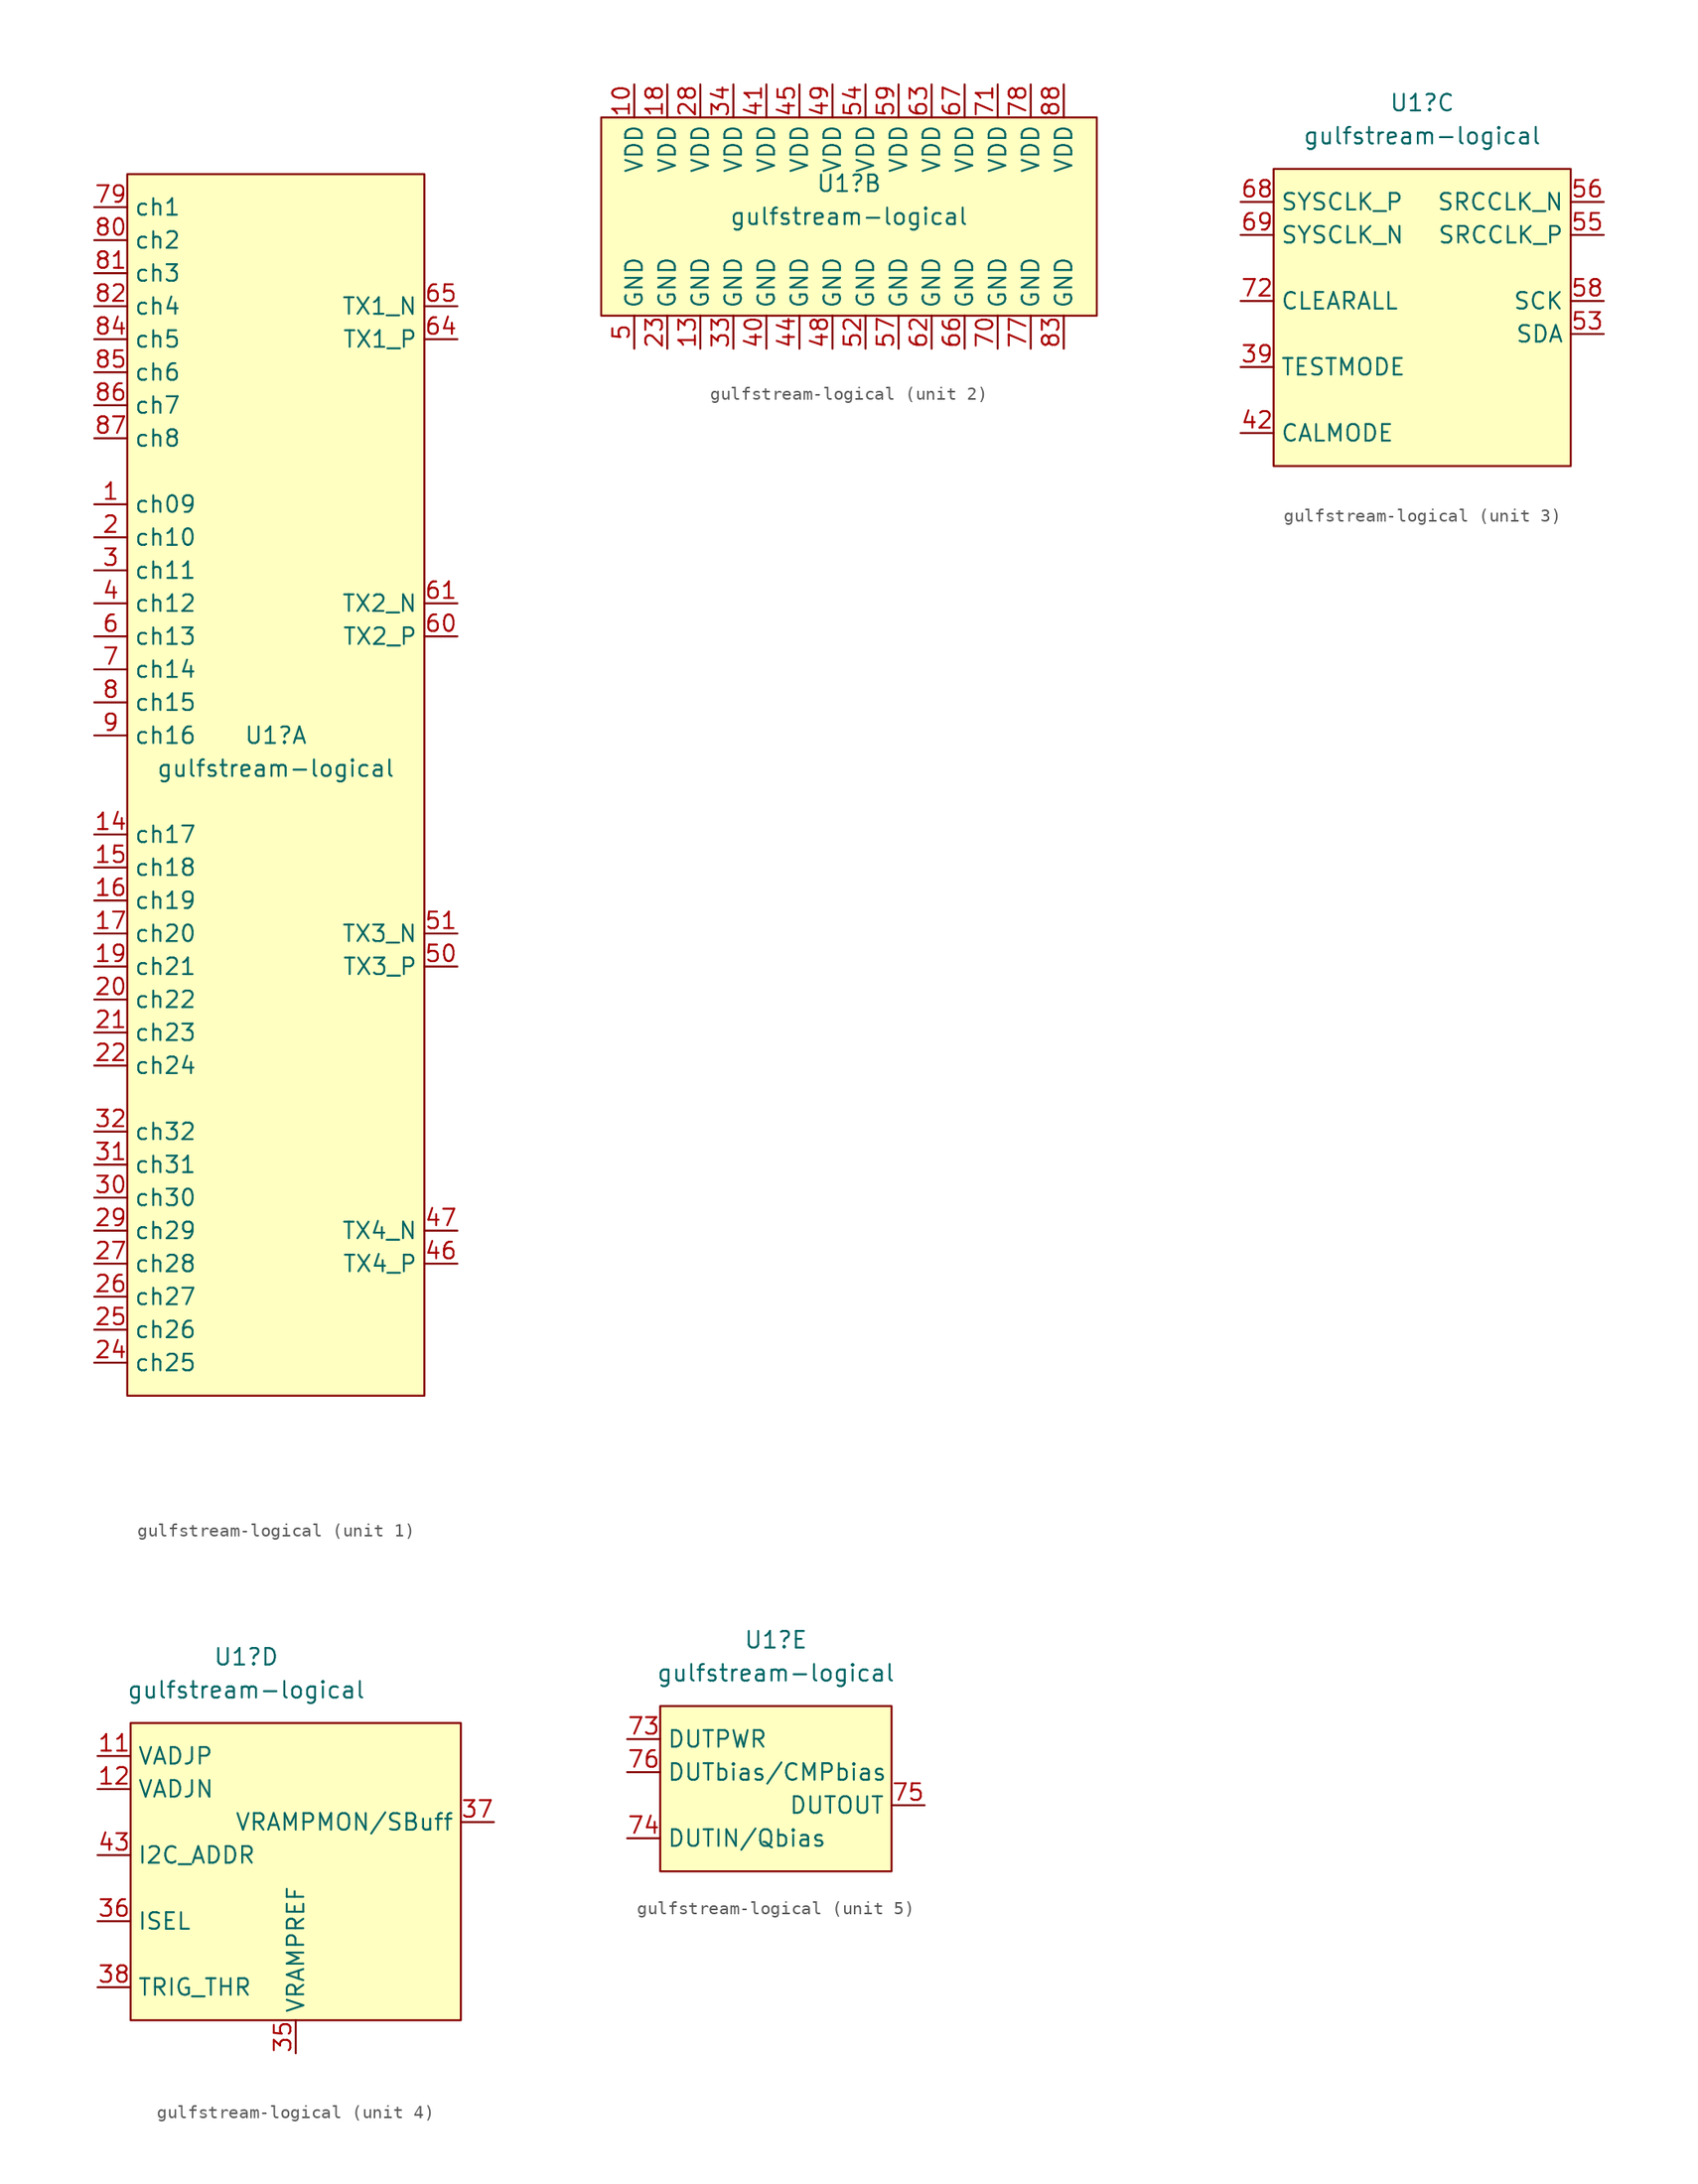
<source format=kicad_sym>
(kicad_symbol_lib
  (version 20211014)
  (generator kicad_symbol_editor)
  (symbol "gulfstream-logical"
    (property "Reference" "U1"
      (at -1.27 2.54 0)
      (effects (font (size 1.27 1.27))))
    (property "Value" "gulfstream-logical"
      (at -1.27 0 0)
      (effects (font (size 1.27 1.27))))
    (property "ki_locked" ""
      (at 0 0 0)
      (effects (font (size 1.27 1.27))))
    (symbol "gulfstream-logical_1_0"
      (pin unspecified line (at -15.24 20.32 0) (length 2.54) (name "ch09" (effects (font (size 1.27 1.27)))) (number "1" (effects (font (size 1.27 1.27)))))
      (pin unspecified line (at -15.24 -5.08 0) (length 2.54) (name "ch17" (effects (font (size 1.27 1.27)))) (number "14" (effects (font (size 1.27 1.27)))))
      (pin unspecified line (at -15.24 -7.62 0) (length 2.54) (name "ch18" (effects (font (size 1.27 1.27)))) (number "15" (effects (font (size 1.27 1.27)))))
      (pin unspecified line (at -15.24 -10.16 0) (length 2.54) (name "ch19" (effects (font (size 1.27 1.27)))) (number "16" (effects (font (size 1.27 1.27)))))
      (pin unspecified line (at -15.24 -12.7 0) (length 2.54) (name "ch20" (effects (font (size 1.27 1.27)))) (number "17" (effects (font (size 1.27 1.27)))))
      (pin unspecified line (at -15.24 -15.24 0) (length 2.54) (name "ch21" (effects (font (size 1.27 1.27)))) (number "19" (effects (font (size 1.27 1.27)))))
      (pin unspecified line (at -15.24 17.78 0) (length 2.54) (name "ch10" (effects (font (size 1.27 1.27)))) (number "2" (effects (font (size 1.27 1.27)))))
      (pin unspecified line (at -15.24 -17.78 0) (length 2.54) (name "ch22" (effects (font (size 1.27 1.27)))) (number "20" (effects (font (size 1.27 1.27)))))
      (pin unspecified line (at -15.24 -20.32 0) (length 2.54) (name "ch23" (effects (font (size 1.27 1.27)))) (number "21" (effects (font (size 1.27 1.27)))))
      (pin unspecified line (at -15.24 -22.86 0) (length 2.54) (name "ch24" (effects (font (size 1.27 1.27)))) (number "22" (effects (font (size 1.27 1.27)))))
      (pin unspecified line (at -15.24 -45.72 0) (length 2.54) (name "ch25" (effects (font (size 1.27 1.27)))) (number "24" (effects (font (size 1.27 1.27)))))
      (pin unspecified line (at -15.24 -43.18 0) (length 2.54) (name "ch26" (effects (font (size 1.27 1.27)))) (number "25" (effects (font (size 1.27 1.27)))))
      (pin unspecified line (at -15.24 -40.64 0) (length 2.54) (name "ch27" (effects (font (size 1.27 1.27)))) (number "26" (effects (font (size 1.27 1.27)))))
      (pin unspecified line (at -15.24 -38.1 0) (length 2.54) (name "ch28" (effects (font (size 1.27 1.27)))) (number "27" (effects (font (size 1.27 1.27)))))
      (pin unspecified line (at -15.24 -35.56 0) (length 2.54) (name "ch29" (effects (font (size 1.27 1.27)))) (number "29" (effects (font (size 1.27 1.27)))))
      (pin unspecified line (at -15.24 15.24 0) (length 2.54) (name "ch11" (effects (font (size 1.27 1.27)))) (number "3" (effects (font (size 1.27 1.27)))))
      (pin unspecified line (at -15.24 -33.02 0) (length 2.54) (name "ch30" (effects (font (size 1.27 1.27)))) (number "30" (effects (font (size 1.27 1.27)))))
      (pin unspecified line (at -15.24 -30.48 0) (length 2.54) (name "ch31" (effects (font (size 1.27 1.27)))) (number "31" (effects (font (size 1.27 1.27)))))
      (pin unspecified line (at -15.24 -27.94 0) (length 2.54) (name "ch32" (effects (font (size 1.27 1.27)))) (number "32" (effects (font (size 1.27 1.27)))))
      (pin unspecified line (at -15.24 12.7 0) (length 2.54) (name "ch12" (effects (font (size 1.27 1.27)))) (number "4" (effects (font (size 1.27 1.27)))))
      (pin unspecified line (at 12.7 -38.1 180) (length 2.54) (name "TX4_P" (effects (font (size 1.27 1.27)))) (number "46" (effects (font (size 1.27 1.27)))))
      (pin unspecified line (at 12.7 -35.56 180) (length 2.54) (name "TX4_N" (effects (font (size 1.27 1.27)))) (number "47" (effects (font (size 1.27 1.27)))))
      (pin unspecified line (at 12.7 -15.24 180) (length 2.54) (name "TX3_P" (effects (font (size 1.27 1.27)))) (number "50" (effects (font (size 1.27 1.27)))))
      (pin unspecified line (at 12.7 -12.7 180) (length 2.54) (name "TX3_N" (effects (font (size 1.27 1.27)))) (number "51" (effects (font (size 1.27 1.27)))))
      (pin unspecified line (at -15.24 10.16 0) (length 2.54) (name "ch13" (effects (font (size 1.27 1.27)))) (number "6" (effects (font (size 1.27 1.27)))))
      (pin unspecified line (at 12.7 10.16 180) (length 2.54) (name "TX2_P" (effects (font (size 1.27 1.27)))) (number "60" (effects (font (size 1.27 1.27)))))
      (pin unspecified line (at 12.7 12.7 180) (length 2.54) (name "TX2_N" (effects (font (size 1.27 1.27)))) (number "61" (effects (font (size 1.27 1.27)))))
      (pin unspecified line (at 12.7 33.02 180) (length 2.54) (name "TX1_P" (effects (font (size 1.27 1.27)))) (number "64" (effects (font (size 1.27 1.27)))))
      (pin unspecified line (at 12.7 35.56 180) (length 2.54) (name "TX1_N" (effects (font (size 1.27 1.27)))) (number "65" (effects (font (size 1.27 1.27)))))
      (pin unspecified line (at -15.24 7.62 0) (length 2.54) (name "ch14" (effects (font (size 1.27 1.27)))) (number "7" (effects (font (size 1.27 1.27)))))
      (pin unspecified line (at -15.24 43.18 0) (length 2.54) (name "ch1" (effects (font (size 1.27 1.27)))) (number "79" (effects (font (size 1.27 1.27)))))
      (pin unspecified line (at -15.24 5.08 0) (length 2.54) (name "ch15" (effects (font (size 1.27 1.27)))) (number "8" (effects (font (size 1.27 1.27)))))
      (pin unspecified line (at -15.24 40.64 0) (length 2.54) (name "ch2" (effects (font (size 1.27 1.27)))) (number "80" (effects (font (size 1.27 1.27)))))
      (pin unspecified line (at -15.24 38.1 0) (length 2.54) (name "ch3" (effects (font (size 1.27 1.27)))) (number "81" (effects (font (size 1.27 1.27)))))
      (pin unspecified line (at -15.24 35.56 0) (length 2.54) (name "ch4" (effects (font (size 1.27 1.27)))) (number "82" (effects (font (size 1.27 1.27)))))
      (pin unspecified line (at -15.24 33.02 0) (length 2.54) (name "ch5" (effects (font (size 1.27 1.27)))) (number "84" (effects (font (size 1.27 1.27)))))
      (pin unspecified line (at -15.24 30.48 0) (length 2.54) (name "ch6" (effects (font (size 1.27 1.27)))) (number "85" (effects (font (size 1.27 1.27)))))
      (pin unspecified line (at -15.24 27.94 0) (length 2.54) (name "ch7" (effects (font (size 1.27 1.27)))) (number "86" (effects (font (size 1.27 1.27)))))
      (pin unspecified line (at -15.24 25.4 0) (length 2.54) (name "ch8" (effects (font (size 1.27 1.27)))) (number "87" (effects (font (size 1.27 1.27)))))
      (pin unspecified line (at -15.24 2.54 0) (length 2.54) (name "ch16" (effects (font (size 1.27 1.27)))) (number "9" (effects (font (size 1.27 1.27))))))
    (symbol "gulfstream-logical_1_1"
      (rectangle (start -12.7 -48.26) (end 10.16 45.72) (stroke (width 0) (type default) (color 0 0 0 0)) (fill (type background))))
    (symbol "gulfstream-logical_2_0"
      (pin unspecified line (at -17.78 10.16 270) (length 2.54) (name "VDD" (effects (font (size 1.27 1.27)))) (number "10" (effects (font (size 1.27 1.27)))))
      (pin unspecified line (at -12.7 -10.16 90) (length 2.54) (name "GND" (effects (font (size 1.27 1.27)))) (number "13" (effects (font (size 1.27 1.27)))))
      (pin unspecified line (at -15.24 10.16 270) (length 2.54) (name "VDD" (effects (font (size 1.27 1.27)))) (number "18" (effects (font (size 1.27 1.27)))))
      (pin unspecified line (at -15.24 -10.16 90) (length 2.54) (name "GND" (effects (font (size 1.27 1.27)))) (number "23" (effects (font (size 1.27 1.27)))))
      (pin unspecified line (at -12.7 10.16 270) (length 2.54) (name "VDD" (effects (font (size 1.27 1.27)))) (number "28" (effects (font (size 1.27 1.27)))))
      (pin unspecified line (at -10.16 -10.16 90) (length 2.54) (name "GND" (effects (font (size 1.27 1.27)))) (number "33" (effects (font (size 1.27 1.27)))))
      (pin unspecified line (at -10.16 10.16 270) (length 2.54) (name "VDD" (effects (font (size 1.27 1.27)))) (number "34" (effects (font (size 1.27 1.27)))))
      (pin unspecified line (at -7.62 -10.16 90) (length 2.54) (name "GND" (effects (font (size 1.27 1.27)))) (number "40" (effects (font (size 1.27 1.27)))))
      (pin unspecified line (at -7.62 10.16 270) (length 2.54) (name "VDD" (effects (font (size 1.27 1.27)))) (number "41" (effects (font (size 1.27 1.27)))))
      (pin unspecified line (at -5.08 -10.16 90) (length 2.54) (name "GND" (effects (font (size 1.27 1.27)))) (number "44" (effects (font (size 1.27 1.27)))))
      (pin unspecified line (at -5.08 10.16 270) (length 2.54) (name "VDD" (effects (font (size 1.27 1.27)))) (number "45" (effects (font (size 1.27 1.27)))))
      (pin unspecified line (at -2.54 -10.16 90) (length 2.54) (name "GND" (effects (font (size 1.27 1.27)))) (number "48" (effects (font (size 1.27 1.27)))))
      (pin unspecified line (at -2.54 10.16 270) (length 2.54) (name "VDD" (effects (font (size 1.27 1.27)))) (number "49" (effects (font (size 1.27 1.27)))))
      (pin unspecified line (at -17.78 -10.16 90) (length 2.54) (name "GND" (effects (font (size 1.27 1.27)))) (number "5" (effects (font (size 1.27 1.27)))))
      (pin unspecified line (at 0 -10.16 90) (length 2.54) (name "GND" (effects (font (size 1.27 1.27)))) (number "52" (effects (font (size 1.27 1.27)))))
      (pin unspecified line (at 0 10.16 270) (length 2.54) (name "VDD" (effects (font (size 1.27 1.27)))) (number "54" (effects (font (size 1.27 1.27)))))
      (pin unspecified line (at 2.54 -10.16 90) (length 2.54) (name "GND" (effects (font (size 1.27 1.27)))) (number "57" (effects (font (size 1.27 1.27)))))
      (pin unspecified line (at 2.54 10.16 270) (length 2.54) (name "VDD" (effects (font (size 1.27 1.27)))) (number "59" (effects (font (size 1.27 1.27)))))
      (pin unspecified line (at 5.08 -10.16 90) (length 2.54) (name "GND" (effects (font (size 1.27 1.27)))) (number "62" (effects (font (size 1.27 1.27)))))
      (pin unspecified line (at 5.08 10.16 270) (length 2.54) (name "VDD" (effects (font (size 1.27 1.27)))) (number "63" (effects (font (size 1.27 1.27)))))
      (pin unspecified line (at 7.62 -10.16 90) (length 2.54) (name "GND" (effects (font (size 1.27 1.27)))) (number "66" (effects (font (size 1.27 1.27)))))
      (pin unspecified line (at 7.62 10.16 270) (length 2.54) (name "VDD" (effects (font (size 1.27 1.27)))) (number "67" (effects (font (size 1.27 1.27)))))
      (pin unspecified line (at 10.16 -10.16 90) (length 2.54) (name "GND" (effects (font (size 1.27 1.27)))) (number "70" (effects (font (size 1.27 1.27)))))
      (pin unspecified line (at 10.16 10.16 270) (length 2.54) (name "VDD" (effects (font (size 1.27 1.27)))) (number "71" (effects (font (size 1.27 1.27)))))
      (pin unspecified line (at 12.7 -10.16 90) (length 2.54) (name "GND" (effects (font (size 1.27 1.27)))) (number "77" (effects (font (size 1.27 1.27)))))
      (pin unspecified line (at 12.7 10.16 270) (length 2.54) (name "VDD" (effects (font (size 1.27 1.27)))) (number "78" (effects (font (size 1.27 1.27)))))
      (pin unspecified line (at 15.24 -10.16 90) (length 2.54) (name "GND" (effects (font (size 1.27 1.27)))) (number "83" (effects (font (size 1.27 1.27)))))
      (pin unspecified line (at 15.24 10.16 270) (length 2.54) (name "VDD" (effects (font (size 1.27 1.27)))) (number "88" (effects (font (size 1.27 1.27))))))
    (symbol "gulfstream-logical_2_1"
      (rectangle (start -20.32 7.62) (end 17.78 -7.62) (stroke (width 0) (type default) (color 0 0 0 0)) (fill (type background))))
    (symbol "gulfstream-logical_3_0"
      (pin unspecified line (at -15.24 -17.78 0) (length 2.54) (name "TESTMODE" (effects (font (size 1.27 1.27)))) (number "39" (effects (font (size 1.27 1.27)))))
      (pin unspecified line (at -15.24 -22.86 0) (length 2.54) (name "CALMODE" (effects (font (size 1.27 1.27)))) (number "42" (effects (font (size 1.27 1.27)))))
      (pin unspecified line (at 12.7 -15.24 180) (length 2.54) (name "SDA" (effects (font (size 1.27 1.27)))) (number "53" (effects (font (size 1.27 1.27)))))
      (pin unspecified line (at 12.7 -7.62 180) (length 2.54) (name "SRCCLK_P" (effects (font (size 1.27 1.27)))) (number "55" (effects (font (size 1.27 1.27)))))
      (pin unspecified line (at 12.7 -5.08 180) (length 2.54) (name "SRCCLK_N" (effects (font (size 1.27 1.27)))) (number "56" (effects (font (size 1.27 1.27)))))
      (pin unspecified line (at 12.7 -12.7 180) (length 2.54) (name "SCK" (effects (font (size 1.27 1.27)))) (number "58" (effects (font (size 1.27 1.27)))))
      (pin unspecified line (at -15.24 -5.08 0) (length 2.54) (name "SYSCLK_P" (effects (font (size 1.27 1.27)))) (number "68" (effects (font (size 1.27 1.27)))))
      (pin unspecified line (at -15.24 -7.62 0) (length 2.54) (name "SYSCLK_N" (effects (font (size 1.27 1.27)))) (number "69" (effects (font (size 1.27 1.27)))))
      (pin unspecified line (at -15.24 -12.7 0) (length 2.54) (name "CLEARALL" (effects (font (size 1.27 1.27)))) (number "72" (effects (font (size 1.27 1.27))))))
    (symbol "gulfstream-logical_3_1"
      (rectangle (start -12.7 -2.54) (end 10.16 -25.4) (stroke (width 0) (type default) (color 0 0 0 0)) (fill (type background))))
    (symbol "gulfstream-logical_4_0"
      (pin unspecified line (at -12.7 -5.08 0) (length 2.54) (name "VADJP" (effects (font (size 1.27 1.27)))) (number "11" (effects (font (size 1.27 1.27)))))
      (pin unspecified line (at -12.7 -7.62 0) (length 2.54) (name "VADJN" (effects (font (size 1.27 1.27)))) (number "12" (effects (font (size 1.27 1.27)))))
      (pin unspecified line (at 2.54 -27.94 90) (length 2.54) (name "VRAMPREF" (effects (font (size 1.27 1.27)))) (number "35" (effects (font (size 1.27 1.27)))))
      (pin unspecified line (at -12.7 -17.78 0) (length 2.54) (name "ISEL" (effects (font (size 1.27 1.27)))) (number "36" (effects (font (size 1.27 1.27)))))
      (pin unspecified line (at 17.78 -10.16 180) (length 2.54) (name "VRAMPMON/SBuff" (effects (font (size 1.27 1.27)))) (number "37" (effects (font (size 1.27 1.27)))))
      (pin unspecified line (at -12.7 -22.86 0) (length 2.54) (name "TRIG_THR" (effects (font (size 1.27 1.27)))) (number "38" (effects (font (size 1.27 1.27)))))
      (pin unspecified line (at -12.7 -12.7 0) (length 2.54) (name "I2C_ADDR" (effects (font (size 1.27 1.27)))) (number "43" (effects (font (size 1.27 1.27))))))
    (symbol "gulfstream-logical_4_1"
      (rectangle (start -10.16 -2.54) (end 15.24 -25.4) (stroke (width 0) (type default) (color 0 0 0 0)) (fill (type background))))
    (symbol "gulfstream-logical_5_0"
      (pin unspecified line (at -12.7 -5.08 0) (length 2.54) (name "DUTPWR" (effects (font (size 1.27 1.27)))) (number "73" (effects (font (size 1.27 1.27)))))
      (pin unspecified line (at -12.7 -12.7 0) (length 2.54) (name "DUTIN/Qbias" (effects (font (size 1.27 1.27)))) (number "74" (effects (font (size 1.27 1.27)))))
      (pin unspecified line (at 10.16 -10.16 180) (length 2.54) (name "DUTOUT" (effects (font (size 1.27 1.27)))) (number "75" (effects (font (size 1.27 1.27)))))
      (pin unspecified line (at -12.7 -7.62 0) (length 2.54) (name "DUTbias/CMPbias" (effects (font (size 1.27 1.27)))) (number "76" (effects (font (size 1.27 1.27))))))
    (symbol "gulfstream-logical_5_1"
      (rectangle (start -10.16 -2.54) (end 7.62 -15.24) (stroke (width 0) (type default) (color 0 0 0 0)) (fill (type background))))))
</source>
